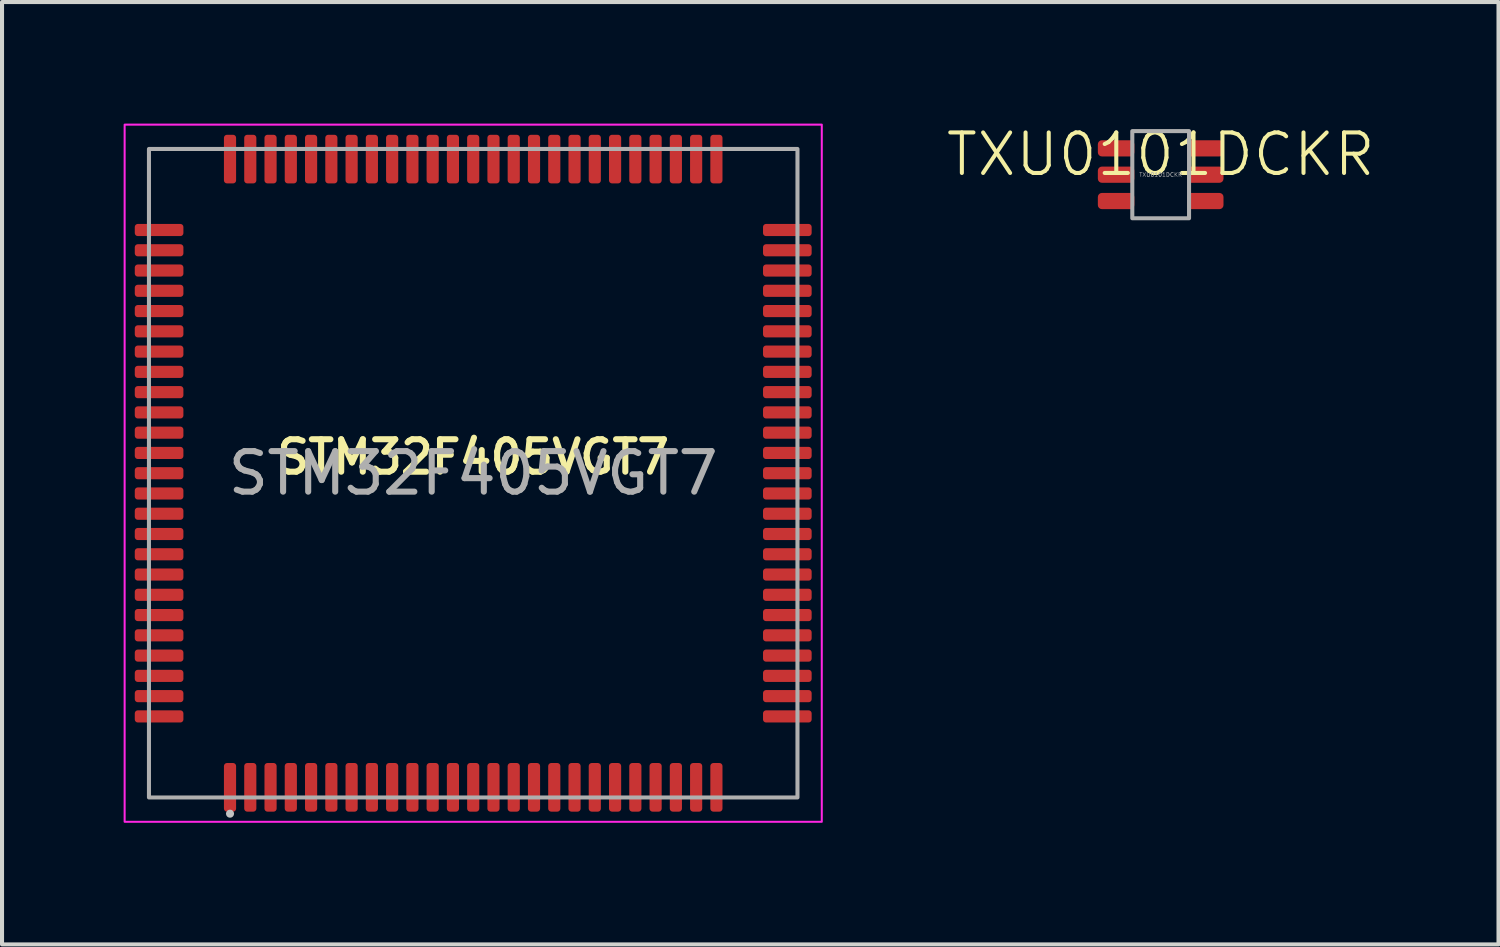
<source format=kicad_pcb>
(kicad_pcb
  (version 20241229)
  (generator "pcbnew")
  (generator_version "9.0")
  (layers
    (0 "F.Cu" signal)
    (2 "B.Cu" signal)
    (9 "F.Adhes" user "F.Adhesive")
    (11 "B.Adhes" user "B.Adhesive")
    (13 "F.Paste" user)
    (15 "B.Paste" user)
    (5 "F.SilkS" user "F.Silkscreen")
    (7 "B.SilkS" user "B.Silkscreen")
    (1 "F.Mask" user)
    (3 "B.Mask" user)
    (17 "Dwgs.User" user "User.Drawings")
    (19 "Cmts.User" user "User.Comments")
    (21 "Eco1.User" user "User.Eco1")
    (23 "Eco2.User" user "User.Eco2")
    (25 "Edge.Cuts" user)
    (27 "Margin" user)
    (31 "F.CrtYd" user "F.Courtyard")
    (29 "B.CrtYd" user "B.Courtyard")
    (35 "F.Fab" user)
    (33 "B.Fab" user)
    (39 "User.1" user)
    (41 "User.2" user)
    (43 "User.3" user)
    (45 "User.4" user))
  (footprint "STM32F405VGT7"
    (layer "F.Cu")
    (at 8.625 8.625)
    (property "Reference" "STM32F405VGT7" (at 0 -0.4 0) (unlocked yes) (layer "F.SilkS") (effects (font (size 0.8 0.8) (thickness 0.15))))
    (attr smd)
    (fp_circle (center -6 8.4) (end -5.95 8.4) (stroke (width 0.1) (type solid)) (fill no) (layer "Dwgs.User"))
    (fp_rect (start -8.6 -8.6) (end 8.6 8.6) (stroke (width 0.05) (type solid)) (fill no) (layer "F.CrtYd"))
    (fp_rect (start -8 -8) (end 8 8) (stroke (width 0.1) (type solid)) (fill no) (layer "F.Fab"))
    (fp_text user "${REFERENCE}" (at 0 0 0) (unlocked yes) (layer "F.Fab") (effects (font (size 1 1) (thickness 0.15))))
    (pad "1" smd roundrect (at -6 7.75) (size 0.3 1.2) (layers "F.Cu" "F.Mask" "F.Paste") (roundrect_rratio 0.25))
    (pad "2" smd roundrect (at -5.5 7.75) (size 0.3 1.2) (layers "F.Cu" "F.Mask" "F.Paste") (roundrect_rratio 0.25))
    (pad "3" smd roundrect (at -5 7.75) (size 0.3 1.2) (layers "F.Cu" "F.Mask" "F.Paste") (roundrect_rratio 0.25))
    (pad "4" smd roundrect (at -4.5 7.75) (size 0.3 1.2) (layers "F.Cu" "F.Mask" "F.Paste") (roundrect_rratio 0.25))
    (pad "5" smd roundrect (at -4 7.75) (size 0.3 1.2) (layers "F.Cu" "F.Mask" "F.Paste") (roundrect_rratio 0.25))
    (pad "6" smd roundrect (at -3.5 7.75) (size 0.3 1.2) (layers "F.Cu" "F.Mask" "F.Paste") (roundrect_rratio 0.25))
    (pad "7" smd roundrect (at -3 7.75) (size 0.3 1.2) (layers "F.Cu" "F.Mask" "F.Paste") (roundrect_rratio 0.25))
    (pad "8" smd roundrect (at -2.5 7.75) (size 0.3 1.2) (layers "F.Cu" "F.Mask" "F.Paste") (roundrect_rratio 0.25))
    (pad "9" smd roundrect (at -2 7.75) (size 0.3 1.2) (layers "F.Cu" "F.Mask" "F.Paste") (roundrect_rratio 0.25))
    (pad "10" smd roundrect (at -1.5 7.75) (size 0.3 1.2) (layers "F.Cu" "F.Mask" "F.Paste") (roundrect_rratio 0.25))
    (pad "11" smd roundrect (at -1 7.75) (size 0.3 1.2) (layers "F.Cu" "F.Mask" "F.Paste") (roundrect_rratio 0.25))
    (pad "12" smd roundrect (at -0.5 7.75) (size 0.3 1.2) (layers "F.Cu" "F.Mask" "F.Paste") (roundrect_rratio 0.25))
    (pad "13" smd roundrect (at 0 7.75) (size 0.3 1.2) (layers "F.Cu" "F.Mask" "F.Paste") (roundrect_rratio 0.25))
    (pad "14" smd roundrect (at 0.5 7.75) (size 0.3 1.2) (layers "F.Cu" "F.Mask" "F.Paste") (roundrect_rratio 0.25))
    (pad "15" smd roundrect (at 1 7.75) (size 0.3 1.2) (layers "F.Cu" "F.Mask" "F.Paste") (roundrect_rratio 0.25))
    (pad "16" smd roundrect (at 1.5 7.75) (size 0.3 1.2) (layers "F.Cu" "F.Mask" "F.Paste") (roundrect_rratio 0.25))
    (pad "17" smd roundrect (at 2 7.75) (size 0.3 1.2) (layers "F.Cu" "F.Mask" "F.Paste") (roundrect_rratio 0.25))
    (pad "18" smd roundrect (at 2.5 7.75) (size 0.3 1.2) (layers "F.Cu" "F.Mask" "F.Paste") (roundrect_rratio 0.25))
    (pad "19" smd roundrect (at 3 7.75) (size 0.3 1.2) (layers "F.Cu" "F.Mask" "F.Paste") (roundrect_rratio 0.25))
    (pad "20" smd roundrect (at 3.5 7.75) (size 0.3 1.2) (layers "F.Cu" "F.Mask" "F.Paste") (roundrect_rratio 0.25))
    (pad "21" smd roundrect (at 4 7.75) (size 0.3 1.2) (layers "F.Cu" "F.Mask" "F.Paste") (roundrect_rratio 0.25))
    (pad "22" smd roundrect (at 4.5 7.75) (size 0.3 1.2) (layers "F.Cu" "F.Mask" "F.Paste") (roundrect_rratio 0.25))
    (pad "23" smd roundrect (at 5 7.75) (size 0.3 1.2) (layers "F.Cu" "F.Mask" "F.Paste") (roundrect_rratio 0.25))
    (pad "24" smd roundrect (at 5.5 7.75) (size 0.3 1.2) (layers "F.Cu" "F.Mask" "F.Paste") (roundrect_rratio 0.25))
    (pad "25" smd roundrect (at 6 7.75) (size 0.3 1.2) (layers "F.Cu" "F.Mask" "F.Paste") (roundrect_rratio 0.25))
    (pad "26" smd roundrect (at 7.75 6 90) (size 0.3 1.2) (layers "F.Cu" "F.Mask" "F.Paste") (roundrect_rratio 0.25))
    (pad "27" smd roundrect (at 7.75 5.5 90) (size 0.3 1.2) (layers "F.Cu" "F.Mask" "F.Paste") (roundrect_rratio 0.25))
    (pad "28" smd roundrect (at 7.75 5 90) (size 0.3 1.2) (layers "F.Cu" "F.Mask" "F.Paste") (roundrect_rratio 0.25))
    (pad "29" smd roundrect (at 7.75 4.5 90) (size 0.3 1.2) (layers "F.Cu" "F.Mask" "F.Paste") (roundrect_rratio 0.25))
    (pad "30" smd roundrect (at 7.75 4 90) (size 0.3 1.2) (layers "F.Cu" "F.Mask" "F.Paste") (roundrect_rratio 0.25))
    (pad "31" smd roundrect (at 7.75 3.5 90) (size 0.3 1.2) (layers "F.Cu" "F.Mask" "F.Paste") (roundrect_rratio 0.25))
    (pad "32" smd roundrect (at 7.75 3 90) (size 0.3 1.2) (layers "F.Cu" "F.Mask" "F.Paste") (roundrect_rratio 0.25))
    (pad "33" smd roundrect (at 7.75 2.5 90) (size 0.3 1.2) (layers "F.Cu" "F.Mask" "F.Paste") (roundrect_rratio 0.25))
    (pad "34" smd roundrect (at 7.75 2 90) (size 0.3 1.2) (layers "F.Cu" "F.Mask" "F.Paste") (roundrect_rratio 0.25))
    (pad "35" smd roundrect (at 7.75 1.5 90) (size 0.3 1.2) (layers "F.Cu" "F.Mask" "F.Paste") (roundrect_rratio 0.25))
    (pad "36" smd roundrect (at 7.75 1 90) (size 0.3 1.2) (layers "F.Cu" "F.Mask" "F.Paste") (roundrect_rratio 0.25))
    (pad "37" smd roundrect (at 7.75 0.5 90) (size 0.3 1.2) (layers "F.Cu" "F.Mask" "F.Paste") (roundrect_rratio 0.25))
    (pad "38" smd roundrect (at 7.75 0 90) (size 0.3 1.2) (layers "F.Cu" "F.Mask" "F.Paste") (roundrect_rratio 0.25))
    (pad "39" smd roundrect (at 7.75 -0.5 90) (size 0.3 1.2) (layers "F.Cu" "F.Mask" "F.Paste") (roundrect_rratio 0.25))
    (pad "40" smd roundrect (at 7.75 -1 90) (size 0.3 1.2) (layers "F.Cu" "F.Mask" "F.Paste") (roundrect_rratio 0.25))
    (pad "41" smd roundrect (at 7.75 -1.5 90) (size 0.3 1.2) (layers "F.Cu" "F.Mask" "F.Paste") (roundrect_rratio 0.25))
    (pad "42" smd roundrect (at 7.75 -2 90) (size 0.3 1.2) (layers "F.Cu" "F.Mask" "F.Paste") (roundrect_rratio 0.25))
    (pad "43" smd roundrect (at 7.75 -2.5 90) (size 0.3 1.2) (layers "F.Cu" "F.Mask" "F.Paste") (roundrect_rratio 0.25))
    (pad "44" smd roundrect (at 7.75 -3 90) (size 0.3 1.2) (layers "F.Cu" "F.Mask" "F.Paste") (roundrect_rratio 0.25))
    (pad "45" smd roundrect (at 7.75 -3.5 90) (size 0.3 1.2) (layers "F.Cu" "F.Mask" "F.Paste") (roundrect_rratio 0.25))
    (pad "46" smd roundrect (at 7.75 -4 90) (size 0.3 1.2) (layers "F.Cu" "F.Mask" "F.Paste") (roundrect_rratio 0.25))
    (pad "47" smd roundrect (at 7.75 -4.5 90) (size 0.3 1.2) (layers "F.Cu" "F.Mask" "F.Paste") (roundrect_rratio 0.25))
    (pad "48" smd roundrect (at 7.75 -5 90) (size 0.3 1.2) (layers "F.Cu" "F.Mask" "F.Paste") (roundrect_rratio 0.25))
    (pad "49" smd roundrect (at 7.75 -5.5 90) (size 0.3 1.2) (layers "F.Cu" "F.Mask" "F.Paste") (roundrect_rratio 0.25))
    (pad "50" smd roundrect (at 7.75 -6 90) (size 0.3 1.2) (layers "F.Cu" "F.Mask" "F.Paste") (roundrect_rratio 0.25))
    (pad "51" smd roundrect (at 6 -7.75 180) (size 0.3 1.2) (layers "F.Cu" "F.Mask" "F.Paste") (roundrect_rratio 0.25))
    (pad "52" smd roundrect (at 5.5 -7.75 180) (size 0.3 1.2) (layers "F.Cu" "F.Mask" "F.Paste") (roundrect_rratio 0.25))
    (pad "53" smd roundrect (at 5 -7.75 180) (size 0.3 1.2) (layers "F.Cu" "F.Mask" "F.Paste") (roundrect_rratio 0.25))
    (pad "54" smd roundrect (at 4.5 -7.75 180) (size 0.3 1.2) (layers "F.Cu" "F.Mask" "F.Paste") (roundrect_rratio 0.25))
    (pad "55" smd roundrect (at 4 -7.75 180) (size 0.3 1.2) (layers "F.Cu" "F.Mask" "F.Paste") (roundrect_rratio 0.25))
    (pad "56" smd roundrect (at 3.5 -7.75 180) (size 0.3 1.2) (layers "F.Cu" "F.Mask" "F.Paste") (roundrect_rratio 0.25))
    (pad "57" smd roundrect (at 3 -7.75 180) (size 0.3 1.2) (layers "F.Cu" "F.Mask" "F.Paste") (roundrect_rratio 0.25))
    (pad "58" smd roundrect (at 2.5 -7.75 180) (size 0.3 1.2) (layers "F.Cu" "F.Mask" "F.Paste") (roundrect_rratio 0.25))
    (pad "59" smd roundrect (at 2 -7.75 180) (size 0.3 1.2) (layers "F.Cu" "F.Mask" "F.Paste") (roundrect_rratio 0.25))
    (pad "60" smd roundrect (at 1.5 -7.75 180) (size 0.3 1.2) (layers "F.Cu" "F.Mask" "F.Paste") (roundrect_rratio 0.25))
    (pad "61" smd roundrect (at 1 -7.75 180) (size 0.3 1.2) (layers "F.Cu" "F.Mask" "F.Paste") (roundrect_rratio 0.25))
    (pad "62" smd roundrect (at 0.5 -7.75 180) (size 0.3 1.2) (layers "F.Cu" "F.Mask" "F.Paste") (roundrect_rratio 0.25))
    (pad "63" smd roundrect (at 0 -7.75 180) (size 0.3 1.2) (layers "F.Cu" "F.Mask" "F.Paste") (roundrect_rratio 0.25))
    (pad "64" smd roundrect (at -0.5 -7.75 180) (size 0.3 1.2) (layers "F.Cu" "F.Mask" "F.Paste") (roundrect_rratio 0.25))
    (pad "65" smd roundrect (at -1 -7.75 180) (size 0.3 1.2) (layers "F.Cu" "F.Mask" "F.Paste") (roundrect_rratio 0.25))
    (pad "66" smd roundrect (at -1.5 -7.75 180) (size 0.3 1.2) (layers "F.Cu" "F.Mask" "F.Paste") (roundrect_rratio 0.25))
    (pad "67" smd roundrect (at -2 -7.75 180) (size 0.3 1.2) (layers "F.Cu" "F.Mask" "F.Paste") (roundrect_rratio 0.25))
    (pad "68" smd roundrect (at -2.5 -7.75 180) (size 0.3 1.2) (layers "F.Cu" "F.Mask" "F.Paste") (roundrect_rratio 0.25))
    (pad "69" smd roundrect (at -3 -7.75 180) (size 0.3 1.2) (layers "F.Cu" "F.Mask" "F.Paste") (roundrect_rratio 0.25))
    (pad "70" smd roundrect (at -3.5 -7.75 180) (size 0.3 1.2) (layers "F.Cu" "F.Mask" "F.Paste") (roundrect_rratio 0.25))
    (pad "71" smd roundrect (at -4 -7.75 180) (size 0.3 1.2) (layers "F.Cu" "F.Mask" "F.Paste") (roundrect_rratio 0.25))
    (pad "72" smd roundrect (at -4.5 -7.75 180) (size 0.3 1.2) (layers "F.Cu" "F.Mask" "F.Paste") (roundrect_rratio 0.25))
    (pad "73" smd roundrect (at -5 -7.75 180) (size 0.3 1.2) (layers "F.Cu" "F.Mask" "F.Paste") (roundrect_rratio 0.25))
    (pad "74" smd roundrect (at -5.5 -7.75 180) (size 0.3 1.2) (layers "F.Cu" "F.Mask" "F.Paste") (roundrect_rratio 0.25))
    (pad "75" smd roundrect (at -6 -7.75 180) (size 0.3 1.2) (layers "F.Cu" "F.Mask" "F.Paste") (roundrect_rratio 0.25))
    (pad "76" smd roundrect (at -7.75 -6 270) (size 0.3 1.2) (layers "F.Cu" "F.Mask" "F.Paste") (roundrect_rratio 0.25))
    (pad "77" smd roundrect (at -7.75 -5.5 270) (size 0.3 1.2) (layers "F.Cu" "F.Mask" "F.Paste") (roundrect_rratio 0.25))
    (pad "78" smd roundrect (at -7.75 -5 270) (size 0.3 1.2) (layers "F.Cu" "F.Mask" "F.Paste") (roundrect_rratio 0.25))
    (pad "79" smd roundrect (at -7.75 -4.5 270) (size 0.3 1.2) (layers "F.Cu" "F.Mask" "F.Paste") (roundrect_rratio 0.25))
    (pad "80" smd roundrect (at -7.75 -4 270) (size 0.3 1.2) (layers "F.Cu" "F.Mask" "F.Paste") (roundrect_rratio 0.25))
    (pad "81" smd roundrect (at -7.75 -3.5 270) (size 0.3 1.2) (layers "F.Cu" "F.Mask" "F.Paste") (roundrect_rratio 0.25))
    (pad "82" smd roundrect (at -7.75 -3 270) (size 0.3 1.2) (layers "F.Cu" "F.Mask" "F.Paste") (roundrect_rratio 0.25))
    (pad "83" smd roundrect (at -7.75 -2.5 270) (size 0.3 1.2) (layers "F.Cu" "F.Mask" "F.Paste") (roundrect_rratio 0.25))
    (pad "84" smd roundrect (at -7.75 -2 270) (size 0.3 1.2) (layers "F.Cu" "F.Mask" "F.Paste") (roundrect_rratio 0.25))
    (pad "85" smd roundrect (at -7.75 -1.5 270) (size 0.3 1.2) (layers "F.Cu" "F.Mask" "F.Paste") (roundrect_rratio 0.25))
    (pad "86" smd roundrect (at -7.75 -1 270) (size 0.3 1.2) (layers "F.Cu" "F.Mask" "F.Paste") (roundrect_rratio 0.25))
    (pad "87" smd roundrect (at -7.75 -0.5 270) (size 0.3 1.2) (layers "F.Cu" "F.Mask" "F.Paste") (roundrect_rratio 0.25))
    (pad "88" smd roundrect (at -7.75 0 270) (size 0.3 1.2) (layers "F.Cu" "F.Mask" "F.Paste") (roundrect_rratio 0.25))
    (pad "89" smd roundrect (at -7.75 0.5 270) (size 0.3 1.2) (layers "F.Cu" "F.Mask" "F.Paste") (roundrect_rratio 0.25))
    (pad "90" smd roundrect (at -7.75 1 270) (size 0.3 1.2) (layers "F.Cu" "F.Mask" "F.Paste") (roundrect_rratio 0.25))
    (pad "91" smd roundrect (at -7.75 1.5 270) (size 0.3 1.2) (layers "F.Cu" "F.Mask" "F.Paste") (roundrect_rratio 0.25))
    (pad "92" smd roundrect (at -7.75 2 270) (size 0.3 1.2) (layers "F.Cu" "F.Mask" "F.Paste") (roundrect_rratio 0.25))
    (pad "93" smd roundrect (at -7.75 2.5 270) (size 0.3 1.2) (layers "F.Cu" "F.Mask" "F.Paste") (roundrect_rratio 0.25))
    (pad "94" smd roundrect (at -7.75 3 270) (size 0.3 1.2) (layers "F.Cu" "F.Mask" "F.Paste") (roundrect_rratio 0.25))
    (pad "95" smd roundrect (at -7.75 3.5 270) (size 0.3 1.2) (layers "F.Cu" "F.Mask" "F.Paste") (roundrect_rratio 0.25))
    (pad "96" smd roundrect (at -7.75 4 270) (size 0.3 1.2) (layers "F.Cu" "F.Mask" "F.Paste") (roundrect_rratio 0.25))
    (pad "97" smd roundrect (at -7.75 4.5 270) (size 0.3 1.2) (layers "F.Cu" "F.Mask" "F.Paste") (roundrect_rratio 0.25))
    (pad "98" smd roundrect (at -7.75 5 270) (size 0.3 1.2) (layers "F.Cu" "F.Mask" "F.Paste") (roundrect_rratio 0.25))
    (pad "99" smd roundrect (at -7.75 5.5 270) (size 0.3 1.2) (layers "F.Cu" "F.Mask" "F.Paste") (roundrect_rratio 0.25))
    (pad "100" smd roundrect (at -7.75 6 270) (size 0.3 1.2) (layers "F.Cu" "F.Mask" "F.Paste") (roundrect_rratio 0.25)))
  (footprint "TXU0101DCKR"
    (layer "F.Cu")
    (at 25.586 1.26)
    (property "Reference" "TXU0101DCKR" (at 0 -0.5 0) (unlocked yes) (layer "F.SilkS") (effects (font (size 1 1) (thickness 0.1))))
    (attr smd)
    (fp_rect (start -0.7 -1.075) (end 0.7 1.075) (stroke (width 0.1) (type solid)) (fill no) (layer "F.Fab"))
    (fp_text user "${REFERENCE}" (at 0 0 0) (unlocked yes) (layer "F.Fab") (effects (font (size 0.1 0.1) (thickness 0.013))))
    (pad "1" smd roundrect (at -1.1 -0.65) (size 0.9 0.4) (layers "F.Cu" "F.Mask" "F.Paste") (roundrect_rratio 0.25))
    (pad "2" smd roundrect (at -1.1 0) (size 0.9 0.4) (layers "F.Cu" "F.Mask" "F.Paste") (roundrect_rratio 0.25))
    (pad "3" smd roundrect (at -1.1 0.65) (size 0.9 0.4) (layers "F.Cu" "F.Mask" "F.Paste") (roundrect_rratio 0.25))
    (pad "4" smd roundrect (at 1.1 0.65) (size 0.9 0.4) (layers "F.Cu" "F.Mask" "F.Paste") (roundrect_rratio 0.25))
    (pad "5" smd roundrect (at 1.1 0) (size 0.9 0.4) (layers "F.Cu" "F.Mask" "F.Paste") (roundrect_rratio 0.25))
    (pad "6" smd roundrect (at 1.1 -0.65) (size 0.9 0.4) (layers "F.Cu" "F.Mask" "F.Paste") (roundrect_rratio 0.25)))
  (gr_rect
    (start -3 -3)
    (end 33.921 20.25)
    (stroke (width 0.1) (type default))
    (fill no)
    (layer "Edge.Cuts")))
</source>
